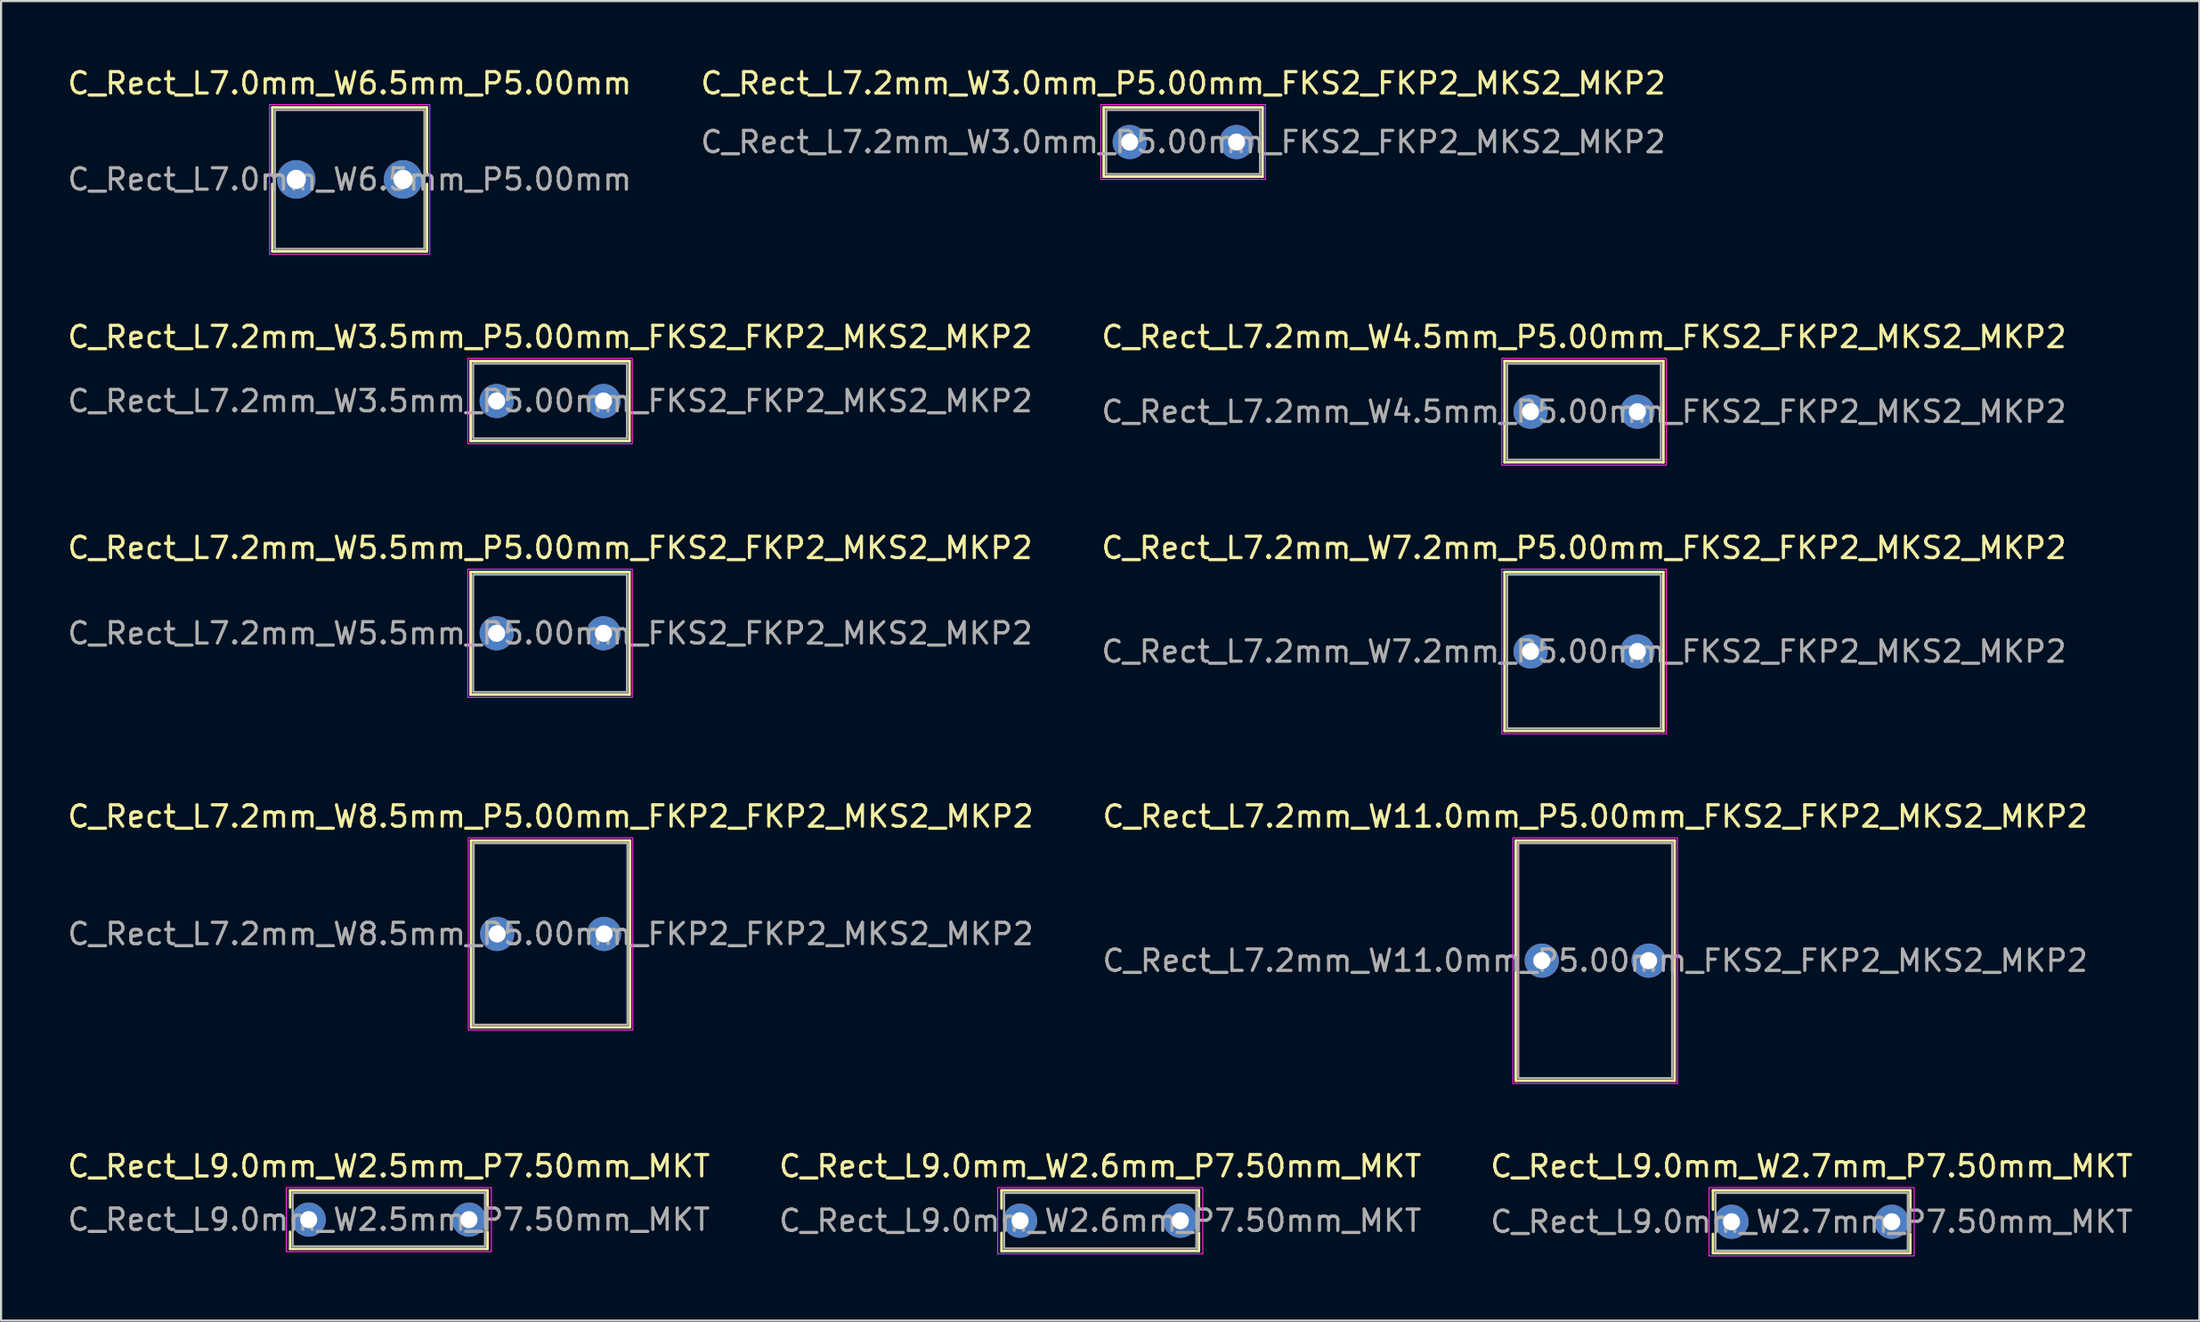
<source format=kicad_pcb>
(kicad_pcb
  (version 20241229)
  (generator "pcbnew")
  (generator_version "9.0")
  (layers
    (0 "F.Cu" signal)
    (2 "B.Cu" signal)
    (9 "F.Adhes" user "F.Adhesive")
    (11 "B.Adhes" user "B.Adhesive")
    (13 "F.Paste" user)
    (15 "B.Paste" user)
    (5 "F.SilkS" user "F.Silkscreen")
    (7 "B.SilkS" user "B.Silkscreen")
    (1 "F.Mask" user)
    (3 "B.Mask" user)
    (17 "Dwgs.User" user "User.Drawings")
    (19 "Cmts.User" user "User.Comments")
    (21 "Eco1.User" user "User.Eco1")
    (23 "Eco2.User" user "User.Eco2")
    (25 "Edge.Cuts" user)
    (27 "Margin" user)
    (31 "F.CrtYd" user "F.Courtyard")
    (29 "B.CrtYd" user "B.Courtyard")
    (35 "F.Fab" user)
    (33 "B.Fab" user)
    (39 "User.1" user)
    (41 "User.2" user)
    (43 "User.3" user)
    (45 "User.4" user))
  (footprint "C_Rect_L7.2mm_W4.5mm_P5.00mm_FKS2_FKP2_MKS2_MKP2"
    (layer "F.Cu")
    (at 68.589 16.221)
    (property "Reference" "C_Rect_L7.2mm_W4.5mm_P5.00mm_FKS2_FKP2_MKS2_MKP2" (at 2.5 -3.5 0) (layer "F.SilkS") (effects (font (size 1 1) (thickness 0.15))))
    (attr through_hole)
    (fp_line (start -1.22 -2.37) (end 6.22 -2.37) (stroke (width 0.12) (type solid)) (layer "F.SilkS"))
    (fp_line (start -1.22 2.37) (end -1.22 -2.37) (stroke (width 0.12) (type solid)) (layer "F.SilkS"))
    (fp_line (start 6.22 -2.37) (end 6.22 2.37) (stroke (width 0.12) (type solid)) (layer "F.SilkS"))
    (fp_line (start 6.22 2.37) (end -1.22 2.37) (stroke (width 0.12) (type solid)) (layer "F.SilkS"))
    (fp_rect (start -1.35 -2.5) (end 6.35 2.5) (stroke (width 0.05) (type solid)) (fill no) (layer "F.CrtYd"))
    (fp_rect (start -1.1 -2.25) (end 6.1 2.25) (stroke (width 0.1) (type solid)) (fill no) (layer "F.Fab"))
    (fp_text user "${REFERENCE}" (at 2.5 0 0) (layer "F.Fab") (effects (font (size 1 1) (thickness 0.15))))
    (pad "1" thru_hole circle (at 0 0) (size 1.6 1.6) (drill 0.8) (layers "*.Cu" "*.Mask"))
    (pad "2" thru_hole circle (at 5 0) (size 1.6 1.6) (drill 0.8) (layers "*.Cu" "*.Mask")))
  (footprint "C_Rect_L7.2mm_W5.5mm_P5.00mm_FKS2_FKP2_MKS2_MKP2"
    (layer "F.Cu")
    (at 20.196 26.595)
    (property "Reference" "C_Rect_L7.2mm_W5.5mm_P5.00mm_FKS2_FKP2_MKS2_MKP2" (at 2.5 -4 0) (layer "F.SilkS") (effects (font (size 1 1) (thickness 0.15))))
    (attr through_hole)
    (fp_line (start -1.22 -2.87) (end 6.22 -2.87) (stroke (width 0.12) (type solid)) (layer "F.SilkS"))
    (fp_line (start -1.22 2.87) (end -1.22 -2.87) (stroke (width 0.12) (type solid)) (layer "F.SilkS"))
    (fp_line (start 6.22 -2.87) (end 6.22 2.87) (stroke (width 0.12) (type solid)) (layer "F.SilkS"))
    (fp_line (start 6.22 2.87) (end -1.22 2.87) (stroke (width 0.12) (type solid)) (layer "F.SilkS"))
    (fp_rect (start -1.35 -3) (end 6.35 3) (stroke (width 0.05) (type solid)) (fill no) (layer "F.CrtYd"))
    (fp_rect (start -1.1 -2.75) (end 6.1 2.75) (stroke (width 0.1) (type solid)) (fill no) (layer "F.Fab"))
    (fp_text user "${REFERENCE}" (at 2.5 0 0) (layer "F.Fab") (effects (font (size 1 1) (thickness 0.15))))
    (pad "1" thru_hole circle (at 0 0) (size 1.6 1.6) (drill 0.8) (layers "*.Cu" "*.Mask"))
    (pad "2" thru_hole circle (at 5 0) (size 1.6 1.6) (drill 0.8) (layers "*.Cu" "*.Mask")))
  (footprint "C_Rect_L7.2mm_W3.5mm_P5.00mm_FKS2_FKP2_MKS2_MKP2"
    (layer "F.Cu")
    (at 20.196 15.722)
    (property "Reference" "C_Rect_L7.2mm_W3.5mm_P5.00mm_FKS2_FKP2_MKS2_MKP2" (at 2.5 -3 0) (layer "F.SilkS") (effects (font (size 1 1) (thickness 0.15))))
    (attr through_hole)
    (fp_line (start -1.22 -1.87) (end 6.22 -1.87) (stroke (width 0.12) (type solid)) (layer "F.SilkS"))
    (fp_line (start -1.22 1.87) (end -1.22 -1.87) (stroke (width 0.12) (type solid)) (layer "F.SilkS"))
    (fp_line (start 6.22 -1.87) (end 6.22 1.87) (stroke (width 0.12) (type solid)) (layer "F.SilkS"))
    (fp_line (start 6.22 1.87) (end -1.22 1.87) (stroke (width 0.12) (type solid)) (layer "F.SilkS"))
    (fp_rect (start -1.35 -2) (end 6.35 2) (stroke (width 0.05) (type solid)) (fill no) (layer "F.CrtYd"))
    (fp_rect (start -1.1 -1.75) (end 6.1 1.75) (stroke (width 0.1) (type solid)) (fill no) (layer "F.Fab"))
    (fp_text user "${REFERENCE}" (at 2.5 0 0) (layer "F.Fab") (effects (font (size 1 1) (thickness 0.15))))
    (pad "1" thru_hole circle (at 0 0) (size 1.6 1.6) (drill 0.8) (layers "*.Cu" "*.Mask"))
    (pad "2" thru_hole circle (at 5 0) (size 1.6 1.6) (drill 0.8) (layers "*.Cu" "*.Mask")))
  (footprint "C_Rect_L9.0mm_W2.5mm_P7.50mm_MKT"
    (layer "F.Cu")
    (at 11.399 54.041)
    (property "Reference" "C_Rect_L9.0mm_W2.5mm_P7.50mm_MKT" (at 3.75 -2.5 0) (layer "F.SilkS") (effects (font (size 1 1) (thickness 0.15))))
    (attr through_hole)
    (fp_line (start -0.87 -1.37) (end 8.37 -1.37) (stroke (width 0.12) (type solid)) (layer "F.SilkS"))
    (fp_line (start -0.87 -0.57) (end -0.87 -1.37) (stroke (width 0.12) (type solid)) (layer "F.SilkS"))
    (fp_line (start -0.87 1.37) (end -0.87 0.57) (stroke (width 0.12) (type solid)) (layer "F.SilkS"))
    (fp_line (start 8.37 -1.37) (end 8.37 -0.57) (stroke (width 0.12) (type solid)) (layer "F.SilkS"))
    (fp_line (start 8.37 0.57) (end 8.37 1.37) (stroke (width 0.12) (type solid)) (layer "F.SilkS"))
    (fp_line (start 8.37 1.37) (end -0.87 1.37) (stroke (width 0.12) (type solid)) (layer "F.SilkS"))
    (fp_rect (start -1.05 -1.5) (end 8.55 1.5) (stroke (width 0.05) (type solid)) (fill no) (layer "F.CrtYd"))
    (fp_rect (start -0.75 -1.25) (end 8.25 1.25) (stroke (width 0.1) (type solid)) (fill no) (layer "F.Fab"))
    (fp_text user "${REFERENCE}" (at 3.75 0 0) (layer "F.Fab") (effects (font (size 1 1) (thickness 0.15))))
    (pad "1" thru_hole circle (at 0 0) (size 1.6 1.6) (drill 0.8) (layers "*.Cu" "*.Mask"))
    (pad "2" thru_hole circle (at 7.5 0) (size 1.6 1.6) (drill 0.8) (layers "*.Cu" "*.Mask")))
  (footprint "C_Rect_L7.0mm_W6.5mm_P5.00mm"
    (layer "F.Cu")
    (at 10.815 5.348)
    (property "Reference" "C_Rect_L7.0mm_W6.5mm_P5.00mm" (at 2.5 -4.5 0) (layer "F.SilkS") (effects (font (size 1 1) (thickness 0.15))))
    (attr through_hole)
    (fp_line (start -1.12 -3.37) (end 6.12 -3.37) (stroke (width 0.12) (type solid)) (layer "F.SilkS"))
    (fp_line (start -1.12 -0.213) (end -1.12 -3.37) (stroke (width 0.12) (type solid)) (layer "F.SilkS"))
    (fp_line (start -1.12 3.37) (end -1.12 0.213) (stroke (width 0.12) (type solid)) (layer "F.SilkS"))
    (fp_line (start 6.12 -3.37) (end 6.12 -0.213) (stroke (width 0.12) (type solid)) (layer "F.SilkS"))
    (fp_line (start 6.12 0.213) (end 6.12 3.37) (stroke (width 0.12) (type solid)) (layer "F.SilkS"))
    (fp_line (start 6.12 3.37) (end -1.12 3.37) (stroke (width 0.12) (type solid)) (layer "F.SilkS"))
    (fp_rect (start -1.25 -3.5) (end 6.25 3.5) (stroke (width 0.05) (type solid)) (fill no) (layer "F.CrtYd"))
    (fp_rect (start -1 -3.25) (end 6 3.25) (stroke (width 0.1) (type solid)) (fill no) (layer "F.Fab"))
    (fp_text user "${REFERENCE}" (at 2.5 0 0) (layer "F.Fab") (effects (font (size 1 1) (thickness 0.15))))
    (pad "1" thru_hole circle (at 0 0) (size 1.8 1.8) (drill 0.9) (layers "*.Cu" "*.Mask"))
    (pad "2" thru_hole circle (at 5 0) (size 1.8 1.8) (drill 0.9) (layers "*.Cu" "*.Mask")))
  (footprint "C_Rect_L7.2mm_W7.2mm_P5.00mm_FKS2_FKP2_MKS2_MKP2"
    (layer "F.Cu")
    (at 68.589 27.445)
    (property "Reference" "C_Rect_L7.2mm_W7.2mm_P5.00mm_FKS2_FKP2_MKS2_MKP2" (at 2.5 -4.85 0) (layer "F.SilkS") (effects (font (size 1 1) (thickness 0.15))))
    (attr through_hole)
    (fp_line (start -1.22 -3.72) (end 6.22 -3.72) (stroke (width 0.12) (type solid)) (layer "F.SilkS"))
    (fp_line (start -1.22 3.72) (end -1.22 -3.72) (stroke (width 0.12) (type solid)) (layer "F.SilkS"))
    (fp_line (start 6.22 -3.72) (end 6.22 3.72) (stroke (width 0.12) (type solid)) (layer "F.SilkS"))
    (fp_line (start 6.22 3.72) (end -1.22 3.72) (stroke (width 0.12) (type solid)) (layer "F.SilkS"))
    (fp_rect (start -1.35 -3.85) (end 6.35 3.85) (stroke (width 0.05) (type solid)) (fill no) (layer "F.CrtYd"))
    (fp_rect (start -1.1 -3.6) (end 6.1 3.6) (stroke (width 0.1) (type solid)) (fill no) (layer "F.Fab"))
    (fp_text user "${REFERENCE}" (at 2.5 0 0) (layer "F.Fab") (effects (font (size 1 1) (thickness 0.15))))
    (pad "1" thru_hole circle (at 0 0) (size 1.6 1.6) (drill 0.8) (layers "*.Cu" "*.Mask"))
    (pad "2" thru_hole circle (at 5 0) (size 1.6 1.6) (drill 0.8) (layers "*.Cu" "*.Mask")))
  (footprint "C_Rect_L7.2mm_W8.5mm_P5.00mm_FKP2_FKP2_MKS2_MKP2"
    (layer "F.Cu")
    (at 20.22 40.668)
    (property "Reference" "C_Rect_L7.2mm_W8.5mm_P5.00mm_FKP2_FKP2_MKS2_MKP2" (at 2.5 -5.5 0) (layer "F.SilkS") (effects (font (size 1 1) (thickness 0.15))))
    (attr through_hole)
    (fp_line (start -1.22 -4.37) (end 6.22 -4.37) (stroke (width 0.12) (type solid)) (layer "F.SilkS"))
    (fp_line (start -1.22 4.37) (end -1.22 -4.37) (stroke (width 0.12) (type solid)) (layer "F.SilkS"))
    (fp_line (start 6.22 -4.37) (end 6.22 4.37) (stroke (width 0.12) (type solid)) (layer "F.SilkS"))
    (fp_line (start 6.22 4.37) (end -1.22 4.37) (stroke (width 0.12) (type solid)) (layer "F.SilkS"))
    (fp_rect (start -1.35 -4.5) (end 6.35 4.5) (stroke (width 0.05) (type solid)) (fill no) (layer "F.CrtYd"))
    (fp_rect (start -1.1 -4.25) (end 6.1 4.25) (stroke (width 0.1) (type solid)) (fill no) (layer "F.Fab"))
    (fp_text user "${REFERENCE}" (at 2.5 0 0) (layer "F.Fab") (effects (font (size 1 1) (thickness 0.15))))
    (pad "1" thru_hole circle (at 0 0) (size 1.6 1.6) (drill 0.8) (layers "*.Cu" "*.Mask"))
    (pad "2" thru_hole circle (at 5 0) (size 1.6 1.6) (drill 0.8) (layers "*.Cu" "*.Mask")))
  (footprint "C_Rect_L9.0mm_W2.7mm_P7.50mm_MKT"
    (layer "F.Cu")
    (at 77.994 54.141)
    (property "Reference" "C_Rect_L9.0mm_W2.7mm_P7.50mm_MKT" (at 3.75 -2.6 0) (layer "F.SilkS") (effects (font (size 1 1) (thickness 0.15))))
    (attr through_hole)
    (fp_line (start -0.87 -1.47) (end 8.37 -1.47) (stroke (width 0.12) (type solid)) (layer "F.SilkS"))
    (fp_line (start -0.87 -0.57) (end -0.87 -1.47) (stroke (width 0.12) (type solid)) (layer "F.SilkS"))
    (fp_line (start -0.87 1.47) (end -0.87 0.57) (stroke (width 0.12) (type solid)) (layer "F.SilkS"))
    (fp_line (start 8.37 -1.47) (end 8.37 -0.57) (stroke (width 0.12) (type solid)) (layer "F.SilkS"))
    (fp_line (start 8.37 0.57) (end 8.37 1.47) (stroke (width 0.12) (type solid)) (layer "F.SilkS"))
    (fp_line (start 8.37 1.47) (end -0.87 1.47) (stroke (width 0.12) (type solid)) (layer "F.SilkS"))
    (fp_rect (start -1.05 -1.6) (end 8.55 1.6) (stroke (width 0.05) (type solid)) (fill no) (layer "F.CrtYd"))
    (fp_rect (start -0.75 -1.35) (end 8.25 1.35) (stroke (width 0.1) (type solid)) (fill no) (layer "F.Fab"))
    (fp_text user "${REFERENCE}" (at 3.75 0 0) (layer "F.Fab") (effects (font (size 1 1) (thickness 0.15))))
    (pad "1" thru_hole circle (at 0 0) (size 1.6 1.6) (drill 0.8) (layers "*.Cu" "*.Mask"))
    (pad "2" thru_hole circle (at 7.5 0) (size 1.6 1.6) (drill 0.8) (layers "*.Cu" "*.Mask")))
  (footprint "C_Rect_L7.2mm_W3.0mm_P5.00mm_FKS2_FKP2_MKS2_MKP2"
    (layer "F.Cu")
    (at 49.827 3.598)
    (property "Reference" "C_Rect_L7.2mm_W3.0mm_P5.00mm_FKS2_FKP2_MKS2_MKP2" (at 2.5 -2.75 0) (layer "F.SilkS") (effects (font (size 1 1) (thickness 0.15))))
    (attr through_hole)
    (fp_line (start -1.22 -1.62) (end 6.22 -1.62) (stroke (width 0.12) (type solid)) (layer "F.SilkS"))
    (fp_line (start -1.22 1.62) (end -1.22 -1.62) (stroke (width 0.12) (type solid)) (layer "F.SilkS"))
    (fp_line (start 6.22 -1.62) (end 6.22 1.62) (stroke (width 0.12) (type solid)) (layer "F.SilkS"))
    (fp_line (start 6.22 1.62) (end -1.22 1.62) (stroke (width 0.12) (type solid)) (layer "F.SilkS"))
    (fp_rect (start -1.35 -1.75) (end 6.35 1.75) (stroke (width 0.05) (type solid)) (fill no) (layer "F.CrtYd"))
    (fp_rect (start -1.1 -1.5) (end 6.1 1.5) (stroke (width 0.1) (type solid)) (fill no) (layer "F.Fab"))
    (fp_text user "${REFERENCE}" (at 2.5 0 0) (layer "F.Fab") (effects (font (size 1 1) (thickness 0.15))))
    (pad "1" thru_hole circle (at 0 0) (size 1.6 1.6) (drill 0.8) (layers "*.Cu" "*.Mask"))
    (pad "2" thru_hole circle (at 5 0) (size 1.6 1.6) (drill 0.8) (layers "*.Cu" "*.Mask")))
  (footprint "C_Rect_L9.0mm_W2.6mm_P7.50mm_MKT"
    (layer "F.Cu")
    (at 44.696 54.091)
    (property "Reference" "C_Rect_L9.0mm_W2.6mm_P7.50mm_MKT" (at 3.75 -2.55 0) (layer "F.SilkS") (effects (font (size 1 1) (thickness 0.15))))
    (attr through_hole)
    (fp_line (start -0.87 -1.42) (end 8.37 -1.42) (stroke (width 0.12) (type solid)) (layer "F.SilkS"))
    (fp_line (start -0.87 -0.57) (end -0.87 -1.42) (stroke (width 0.12) (type solid)) (layer "F.SilkS"))
    (fp_line (start -0.87 1.42) (end -0.87 0.57) (stroke (width 0.12) (type solid)) (layer "F.SilkS"))
    (fp_line (start 8.37 -1.42) (end 8.37 -0.57) (stroke (width 0.12) (type solid)) (layer "F.SilkS"))
    (fp_line (start 8.37 0.57) (end 8.37 1.42) (stroke (width 0.12) (type solid)) (layer "F.SilkS"))
    (fp_line (start 8.37 1.42) (end -0.87 1.42) (stroke (width 0.12) (type solid)) (layer "F.SilkS"))
    (fp_rect (start -1.05 -1.55) (end 8.55 1.55) (stroke (width 0.05) (type solid)) (fill no) (layer "F.CrtYd"))
    (fp_rect (start -0.75 -1.3) (end 8.25 1.3) (stroke (width 0.1) (type solid)) (fill no) (layer "F.Fab"))
    (fp_text user "${REFERENCE}" (at 3.75 0 0) (layer "F.Fab") (effects (font (size 1 1) (thickness 0.15))))
    (pad "1" thru_hole circle (at 0 0) (size 1.6 1.6) (drill 0.8) (layers "*.Cu" "*.Mask"))
    (pad "2" thru_hole circle (at 7.5 0) (size 1.6 1.6) (drill 0.8) (layers "*.Cu" "*.Mask")))
  (footprint "C_Rect_L7.2mm_W11.0mm_P5.00mm_FKS2_FKP2_MKS2_MKP2"
    (layer "F.Cu")
    (at 69.113 41.918)
    (property "Reference" "C_Rect_L7.2mm_W11.0mm_P5.00mm_FKS2_FKP2_MKS2_MKP2" (at 2.5 -6.75 0) (layer "F.SilkS") (effects (font (size 1 1) (thickness 0.15))))
    (attr through_hole)
    (fp_line (start -1.22 -5.62) (end 6.22 -5.62) (stroke (width 0.12) (type solid)) (layer "F.SilkS"))
    (fp_line (start -1.22 5.62) (end -1.22 -5.62) (stroke (width 0.12) (type solid)) (layer "F.SilkS"))
    (fp_line (start 6.22 -5.62) (end 6.22 5.62) (stroke (width 0.12) (type solid)) (layer "F.SilkS"))
    (fp_line (start 6.22 5.62) (end -1.22 5.62) (stroke (width 0.12) (type solid)) (layer "F.SilkS"))
    (fp_rect (start -1.35 -5.75) (end 6.35 5.75) (stroke (width 0.05) (type solid)) (fill no) (layer "F.CrtYd"))
    (fp_rect (start -1.1 -5.5) (end 6.1 5.5) (stroke (width 0.1) (type solid)) (fill no) (layer "F.Fab"))
    (fp_text user "${REFERENCE}" (at 2.5 0 0) (layer "F.Fab") (effects (font (size 1 1) (thickness 0.15))))
    (pad "1" thru_hole circle (at 0 0) (size 1.6 1.6) (drill 0.8) (layers "*.Cu" "*.Mask"))
    (pad "2" thru_hole circle (at 5 0) (size 1.6 1.6) (drill 0.8) (layers "*.Cu" "*.Mask")))
  (gr_rect
    (start -3 -3)
    (end 99.893 58.766)
    (stroke (width 0.1) (type default))
    (fill no)
    (layer "Edge.Cuts")))
</source>
